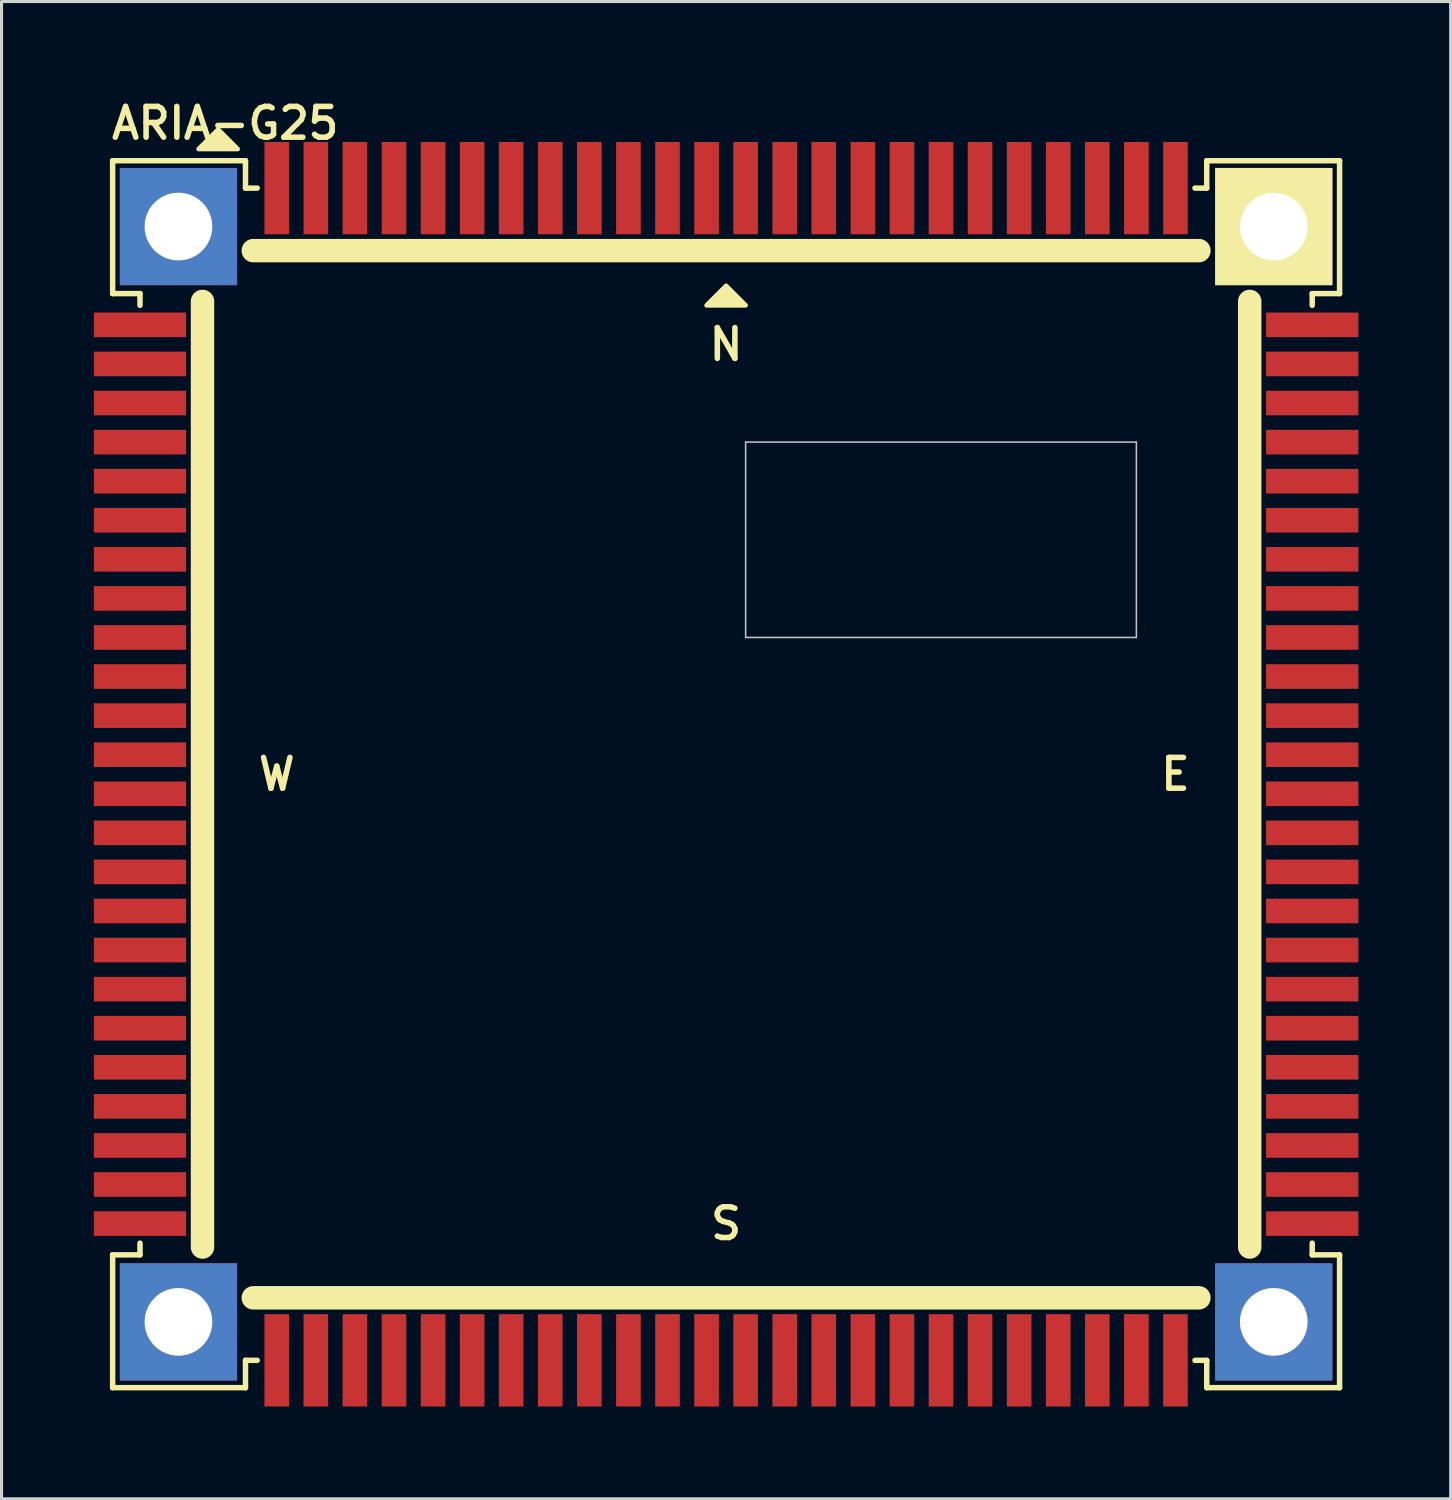
<source format=kicad_pcb>
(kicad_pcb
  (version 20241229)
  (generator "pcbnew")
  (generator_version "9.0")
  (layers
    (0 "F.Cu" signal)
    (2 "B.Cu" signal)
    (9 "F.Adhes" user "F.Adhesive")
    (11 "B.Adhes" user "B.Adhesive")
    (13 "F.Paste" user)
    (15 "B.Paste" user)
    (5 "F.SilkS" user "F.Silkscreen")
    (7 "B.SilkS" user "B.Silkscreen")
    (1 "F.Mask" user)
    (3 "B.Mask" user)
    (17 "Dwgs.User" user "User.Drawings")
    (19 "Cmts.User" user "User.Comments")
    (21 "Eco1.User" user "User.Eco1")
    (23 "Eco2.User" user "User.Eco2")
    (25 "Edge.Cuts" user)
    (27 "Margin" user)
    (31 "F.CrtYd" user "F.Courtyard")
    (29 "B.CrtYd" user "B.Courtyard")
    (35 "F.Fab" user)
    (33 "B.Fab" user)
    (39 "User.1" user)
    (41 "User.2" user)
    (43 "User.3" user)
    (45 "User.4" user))
  (footprint "ARIA-G25"
    (layer "F.Cu")
    (at 20.55 22.114)
    (property "Reference" "ARIA-G25" (at -20.066 -20.574 0) (layer "F.SilkS") (effects (font (size 1 1) (thickness 0.18)) (justify left bottom)))
    (attr through_hole)
    (fp_line (start -19.939 -19.939) (end -15.621 -19.939) (stroke (width 0.178) (type solid)) (layer "F.SilkS"))
    (fp_line (start -19.939 -15.621) (end -19.939 -19.939) (stroke (width 0.178) (type solid)) (layer "F.SilkS"))
    (fp_line (start -19.939 -15.621) (end -19.05 -15.621) (stroke (width 0.178) (type solid)) (layer "F.SilkS"))
    (fp_line (start -19.939 15.621) (end -19.05 15.621) (stroke (width 0.178) (type solid)) (layer "F.SilkS"))
    (fp_line (start -19.939 19.939) (end -19.939 15.621) (stroke (width 0.178) (type solid)) (layer "F.SilkS"))
    (fp_line (start -19.05 -15.621) (end -19.05 -15.24) (stroke (width 0.178) (type solid)) (layer "F.SilkS"))
    (fp_line (start -19.05 15.621) (end -19.05 15.24) (stroke (width 0.178) (type solid)) (layer "F.SilkS"))
    (fp_line (start -17.018 15.367) (end -17.018 -15.367) (stroke (width 0.762) (type solid)) (layer "F.SilkS"))
    (fp_line (start -15.621 -19.939) (end -15.621 -19.05) (stroke (width 0.178) (type solid)) (layer "F.SilkS"))
    (fp_line (start -15.621 -19.05) (end -15.24 -19.05) (stroke (width 0.178) (type solid)) (layer "F.SilkS"))
    (fp_line (start -15.621 19.05) (end -15.24 19.05) (stroke (width 0.178) (type solid)) (layer "F.SilkS"))
    (fp_line (start -15.621 19.939) (end -19.939 19.939) (stroke (width 0.178) (type solid)) (layer "F.SilkS"))
    (fp_line (start -15.621 19.939) (end -15.621 19.05) (stroke (width 0.178) (type solid)) (layer "F.SilkS"))
    (fp_line (start -15.367 -17.018) (end 15.367 -17.018) (stroke (width 0.762) (type solid)) (layer "F.SilkS"))
    (fp_line (start 15.367 17.018) (end -15.367 17.018) (stroke (width 0.762) (type solid)) (layer "F.SilkS"))
    (fp_line (start 15.621 -19.939) (end 15.621 -19.05) (stroke (width 0.178) (type solid)) (layer "F.SilkS"))
    (fp_line (start 15.621 -19.939) (end 19.939 -19.939) (stroke (width 0.178) (type solid)) (layer "F.SilkS"))
    (fp_line (start 15.621 -19.05) (end 15.24 -19.05) (stroke (width 0.178) (type solid)) (layer "F.SilkS"))
    (fp_line (start 15.621 19.05) (end 15.24 19.05) (stroke (width 0.178) (type solid)) (layer "F.SilkS"))
    (fp_line (start 15.621 19.939) (end 15.621 19.05) (stroke (width 0.178) (type solid)) (layer "F.SilkS"))
    (fp_line (start 17.018 -15.367) (end 17.018 15.367) (stroke (width 0.762) (type solid)) (layer "F.SilkS"))
    (fp_line (start 19.05 -15.621) (end 19.05 -15.24) (stroke (width 0.178) (type solid)) (layer "F.SilkS"))
    (fp_line (start 19.05 15.621) (end 19.05 15.24) (stroke (width 0.178) (type solid)) (layer "F.SilkS"))
    (fp_line (start 19.939 -19.939) (end 19.939 -15.621) (stroke (width 0.178) (type solid)) (layer "F.SilkS"))
    (fp_line (start 19.939 -15.621) (end 19.05 -15.621) (stroke (width 0.178) (type solid)) (layer "F.SilkS"))
    (fp_line (start 19.939 15.621) (end 19.05 15.621) (stroke (width 0.178) (type solid)) (layer "F.SilkS"))
    (fp_line (start 19.939 15.621) (end 19.939 19.939) (stroke (width 0.178) (type solid)) (layer "F.SilkS"))
    (fp_line (start 19.939 19.939) (end 15.621 19.939) (stroke (width 0.178) (type solid)) (layer "F.SilkS"))
    (fp_poly (pts (xy -17.145 -20.32) (xy -15.875 -20.32) (xy -16.51 -20.955)) (stroke (width 0.15) (type solid)) (fill yes) (layer "F.SilkS"))
    (fp_poly (pts (xy -0.635 -15.24) (xy 0.635 -15.24) (xy 0 -15.875)) (stroke (width 0.15) (type solid)) (fill yes) (layer "F.SilkS"))
    (fp_line (start 0.635 -10.795) (end 13.335 -10.795) (stroke (width 0.05) (type solid)) (layer "Dwgs.User"))
    (fp_line (start 0.635 -4.445) (end 0.635 -10.795) (stroke (width 0.05) (type solid)) (layer "Dwgs.User"))
    (fp_line (start 13.335 -10.795) (end 13.335 -4.445) (stroke (width 0.05) (type solid)) (layer "Dwgs.User"))
    (fp_line (start 13.335 -4.445) (end 0.635 -4.445) (stroke (width 0.05) (type solid)) (layer "Dwgs.User"))
    (fp_text user "S" (at 0 14.605 0) (layer "F.SilkS") (effects (font (size 1 1) (thickness 0.18))))
    (fp_text user "W" (at -14.605 0 0) (layer "F.SilkS") (effects (font (size 1 1) (thickness 0.18))))
    (fp_text user "E" (at 14.605 0 0) (layer "F.SilkS") (effects (font (size 1 1) (thickness 0.18))))
    (fp_text user "N" (at 0 -13.97 0) (layer "F.SilkS") (effects (font (size 1 1) (thickness 0.18))))
    (pad "E1" smd rect (at 19.05 -14.605) (size 3 0.8) (layers "F.Cu" "F.Mask" "F.Paste"))
    (pad "E2" smd rect (at 19.05 -13.335) (size 3 0.8) (layers "F.Cu" "F.Mask" "F.Paste"))
    (pad "E3" smd rect (at 19.05 -12.065) (size 3 0.8) (layers "F.Cu" "F.Mask" "F.Paste"))
    (pad "E4" smd rect (at 19.05 -10.795) (size 3 0.8) (layers "F.Cu" "F.Mask" "F.Paste"))
    (pad "E5" smd rect (at 19.05 -9.525) (size 3 0.8) (layers "F.Cu" "F.Mask" "F.Paste"))
    (pad "E6" smd rect (at 19.05 -8.255) (size 3 0.8) (layers "F.Cu" "F.Mask" "F.Paste"))
    (pad "E7" smd rect (at 19.05 -6.985) (size 3 0.8) (layers "F.Cu" "F.Mask" "F.Paste"))
    (pad "E8" smd rect (at 19.05 -5.715) (size 3 0.8) (layers "F.Cu" "F.Mask" "F.Paste"))
    (pad "E9" smd rect (at 19.05 -4.445) (size 3 0.8) (layers "F.Cu" "F.Mask" "F.Paste"))
    (pad "E10" smd rect (at 19.05 -3.175) (size 3 0.8) (layers "F.Cu" "F.Mask" "F.Paste"))
    (pad "E11" smd rect (at 19.05 -1.905) (size 3 0.8) (layers "F.Cu" "F.Mask" "F.Paste"))
    (pad "E12" smd rect (at 19.05 -0.635) (size 3 0.8) (layers "F.Cu" "F.Mask" "F.Paste"))
    (pad "E13" smd rect (at 19.05 0.635) (size 3 0.8) (layers "F.Cu" "F.Mask" "F.Paste"))
    (pad "E14" smd rect (at 19.05 1.905) (size 3 0.8) (layers "F.Cu" "F.Mask" "F.Paste"))
    (pad "E15" smd rect (at 19.05 3.175) (size 3 0.8) (layers "F.Cu" "F.Mask" "F.Paste"))
    (pad "E16" smd rect (at 19.05 4.445) (size 3 0.8) (layers "F.Cu" "F.Mask" "F.Paste"))
    (pad "E17" smd rect (at 19.05 5.715) (size 3 0.8) (layers "F.Cu" "F.Mask" "F.Paste"))
    (pad "E18" smd rect (at 19.05 6.985) (size 3 0.8) (layers "F.Cu" "F.Mask" "F.Paste"))
    (pad "E19" smd rect (at 19.05 8.255) (size 3 0.8) (layers "F.Cu" "F.Mask" "F.Paste"))
    (pad "E20" smd rect (at 19.05 9.525) (size 3 0.8) (layers "F.Cu" "F.Mask" "F.Paste"))
    (pad "E21" smd rect (at 19.05 10.795) (size 3 0.8) (layers "F.Cu" "F.Mask" "F.Paste"))
    (pad "E22" smd rect (at 19.05 12.065) (size 3 0.8) (layers "F.Cu" "F.Mask" "F.Paste"))
    (pad "E23" smd rect (at 19.05 13.335) (size 3 0.8) (layers "F.Cu" "F.Mask" "F.Paste"))
    (pad "E24" smd rect (at 19.05 14.605) (size 3 0.8) (layers "F.Cu" "F.Mask" "F.Paste"))
    (pad "GND" thru_hole rect (at -17.8 -17.8) (size 3.81 3.81) (drill 2.2) (layers "*.Cu" "*.Mask"))
    (pad "GND" thru_hole rect (at -17.8 17.8) (size 3.81 3.81) (drill 2.2) (layers "*.Cu" "*.Mask"))
    (pad "GND" thru_hole rect (at 17.8 -17.8) (size 3.81 3.81) (drill 2.2) (layers "*.Cu" "*.Mask" "F.SilkS"))
    (pad "GND" thru_hole rect (at 17.8 17.8) (size 3.81 3.81) (drill 2.2) (layers "*.Cu" "*.Mask"))
    (pad "N1" smd rect (at -14.605 -19.05 270) (size 3 0.8) (layers "F.Cu" "F.Mask" "F.Paste"))
    (pad "N2" smd rect (at -13.335 -19.05 270) (size 3 0.8) (layers "F.Cu" "F.Mask" "F.Paste"))
    (pad "N3" smd rect (at -12.065 -19.05 270) (size 3 0.8) (layers "F.Cu" "F.Mask" "F.Paste"))
    (pad "N4" smd rect (at -10.795 -19.05 270) (size 3 0.8) (layers "F.Cu" "F.Mask" "F.Paste"))
    (pad "N5" smd rect (at -9.525 -19.05 270) (size 3 0.8) (layers "F.Cu" "F.Mask" "F.Paste"))
    (pad "N6" smd rect (at -8.255 -19.05 270) (size 3 0.8) (layers "F.Cu" "F.Mask" "F.Paste"))
    (pad "N7" smd rect (at -6.985 -19.05 270) (size 3 0.8) (layers "F.Cu" "F.Mask" "F.Paste"))
    (pad "N8" smd rect (at -5.715 -19.05 270) (size 3 0.8) (layers "F.Cu" "F.Mask" "F.Paste"))
    (pad "N9" smd rect (at -4.445 -19.05 270) (size 3 0.8) (layers "F.Cu" "F.Mask" "F.Paste"))
    (pad "N10" smd rect (at -3.175 -19.05 270) (size 3 0.8) (layers "F.Cu" "F.Mask" "F.Paste"))
    (pad "N11" smd rect (at -1.905 -19.05 270) (size 3 0.8) (layers "F.Cu" "F.Mask" "F.Paste"))
    (pad "N12" smd rect (at -0.635 -19.05 270) (size 3 0.8) (layers "F.Cu" "F.Mask" "F.Paste"))
    (pad "N13" smd rect (at 0.635 -19.05 270) (size 3 0.8) (layers "F.Cu" "F.Mask" "F.Paste"))
    (pad "N14" smd rect (at 1.905 -19.05 270) (size 3 0.8) (layers "F.Cu" "F.Mask" "F.Paste"))
    (pad "N15" smd rect (at 3.175 -19.05 270) (size 3 0.8) (layers "F.Cu" "F.Mask" "F.Paste"))
    (pad "N16" smd rect (at 4.445 -19.05 270) (size 3 0.8) (layers "F.Cu" "F.Mask" "F.Paste"))
    (pad "N17" smd rect (at 5.715 -19.05 270) (size 3 0.8) (layers "F.Cu" "F.Mask" "F.Paste"))
    (pad "N18" smd rect (at 6.985 -19.05 270) (size 3 0.8) (layers "F.Cu" "F.Mask" "F.Paste"))
    (pad "N19" smd rect (at 8.255 -19.05 270) (size 3 0.8) (layers "F.Cu" "F.Mask" "F.Paste"))
    (pad "N20" smd rect (at 9.525 -19.05 270) (size 3 0.8) (layers "F.Cu" "F.Mask" "F.Paste"))
    (pad "N21" smd rect (at 10.795 -19.05 270) (size 3 0.8) (layers "F.Cu" "F.Mask" "F.Paste"))
    (pad "N22" smd rect (at 12.065 -19.05 270) (size 3 0.8) (layers "F.Cu" "F.Mask" "F.Paste"))
    (pad "N23" smd rect (at 13.335 -19.05 270) (size 3 0.8) (layers "F.Cu" "F.Mask" "F.Paste"))
    (pad "N24" smd rect (at 14.605 -19.05 270) (size 3 0.8) (layers "F.Cu" "F.Mask" "F.Paste"))
    (pad "S1" smd rect (at 14.605 19.05 270) (size 3 0.8) (layers "F.Cu" "F.Mask" "F.Paste"))
    (pad "S2" smd rect (at 13.335 19.05 270) (size 3 0.8) (layers "F.Cu" "F.Mask" "F.Paste"))
    (pad "S3" smd rect (at 12.065 19.05 270) (size 3 0.8) (layers "F.Cu" "F.Mask" "F.Paste"))
    (pad "S4" smd rect (at 10.795 19.05 270) (size 3 0.8) (layers "F.Cu" "F.Mask" "F.Paste"))
    (pad "S5" smd rect (at 9.525 19.05 270) (size 3 0.8) (layers "F.Cu" "F.Mask" "F.Paste"))
    (pad "S6" smd rect (at 8.255 19.05 270) (size 3 0.8) (layers "F.Cu" "F.Mask" "F.Paste"))
    (pad "S7" smd rect (at 6.985 19.05 270) (size 3 0.8) (layers "F.Cu" "F.Mask" "F.Paste"))
    (pad "S8" smd rect (at 5.715 19.05 270) (size 3 0.8) (layers "F.Cu" "F.Mask" "F.Paste"))
    (pad "S9" smd rect (at 4.445 19.05 270) (size 3 0.8) (layers "F.Cu" "F.Mask" "F.Paste"))
    (pad "S10" smd rect (at 3.175 19.05 270) (size 3 0.8) (layers "F.Cu" "F.Mask" "F.Paste"))
    (pad "S11" smd rect (at 1.905 19.05 270) (size 3 0.8) (layers "F.Cu" "F.Mask" "F.Paste"))
    (pad "S12" smd rect (at 0.635 19.05 270) (size 3 0.8) (layers "F.Cu" "F.Mask" "F.Paste"))
    (pad "S13" smd rect (at -0.635 19.05 270) (size 3 0.8) (layers "F.Cu" "F.Mask" "F.Paste"))
    (pad "S14" smd rect (at -1.905 19.05 270) (size 3 0.8) (layers "F.Cu" "F.Mask" "F.Paste"))
    (pad "S15" smd rect (at -3.175 19.05 270) (size 3 0.8) (layers "F.Cu" "F.Mask" "F.Paste"))
    (pad "S16" smd rect (at -4.445 19.05 270) (size 3 0.8) (layers "F.Cu" "F.Mask" "F.Paste"))
    (pad "S17" smd rect (at -5.715 19.05 270) (size 3 0.8) (layers "F.Cu" "F.Mask" "F.Paste"))
    (pad "S18" smd rect (at -6.985 19.05 270) (size 3 0.8) (layers "F.Cu" "F.Mask" "F.Paste"))
    (pad "S19" smd rect (at -8.255 19.05 270) (size 3 0.8) (layers "F.Cu" "F.Mask" "F.Paste"))
    (pad "S20" smd rect (at -9.525 19.05 270) (size 3 0.8) (layers "F.Cu" "F.Mask" "F.Paste"))
    (pad "S21" smd rect (at -10.795 19.05 270) (size 3 0.8) (layers "F.Cu" "F.Mask" "F.Paste"))
    (pad "S22" smd rect (at -12.065 19.05 270) (size 3 0.8) (layers "F.Cu" "F.Mask" "F.Paste"))
    (pad "S23" smd rect (at -13.335 19.05 270) (size 3 0.8) (layers "F.Cu" "F.Mask" "F.Paste"))
    (pad "S24" smd rect (at -14.605 19.05 270) (size 3 0.8) (layers "F.Cu" "F.Mask" "F.Paste"))
    (pad "W1" smd rect (at -19.05 14.605) (size 3 0.8) (layers "F.Cu" "F.Mask" "F.Paste"))
    (pad "W2" smd rect (at -19.05 13.335) (size 3 0.8) (layers "F.Cu" "F.Mask" "F.Paste"))
    (pad "W3" smd rect (at -19.05 12.065) (size 3 0.8) (layers "F.Cu" "F.Mask" "F.Paste"))
    (pad "W4" smd rect (at -19.05 10.795) (size 3 0.8) (layers "F.Cu" "F.Mask" "F.Paste"))
    (pad "W5" smd rect (at -19.05 9.525) (size 3 0.8) (layers "F.Cu" "F.Mask" "F.Paste"))
    (pad "W6" smd rect (at -19.05 8.255) (size 3 0.8) (layers "F.Cu" "F.Mask" "F.Paste"))
    (pad "W7" smd rect (at -19.05 6.985) (size 3 0.8) (layers "F.Cu" "F.Mask" "F.Paste"))
    (pad "W8" smd rect (at -19.05 5.715) (size 3 0.8) (layers "F.Cu" "F.Mask" "F.Paste"))
    (pad "W9" smd rect (at -19.05 4.445) (size 3 0.8) (layers "F.Cu" "F.Mask" "F.Paste"))
    (pad "W10" smd rect (at -19.05 3.175) (size 3 0.8) (layers "F.Cu" "F.Mask" "F.Paste"))
    (pad "W11" smd rect (at -19.05 1.905) (size 3 0.8) (layers "F.Cu" "F.Mask" "F.Paste"))
    (pad "W12" smd rect (at -19.05 0.635) (size 3 0.8) (layers "F.Cu" "F.Mask" "F.Paste"))
    (pad "W13" smd rect (at -19.05 -0.635) (size 3 0.8) (layers "F.Cu" "F.Mask" "F.Paste"))
    (pad "W14" smd rect (at -19.05 -1.905) (size 3 0.8) (layers "F.Cu" "F.Mask" "F.Paste"))
    (pad "W15" smd rect (at -19.05 -3.175) (size 3 0.8) (layers "F.Cu" "F.Mask" "F.Paste"))
    (pad "W16" smd rect (at -19.05 -4.445) (size 3 0.8) (layers "F.Cu" "F.Mask" "F.Paste"))
    (pad "W17" smd rect (at -19.05 -5.715) (size 3 0.8) (layers "F.Cu" "F.Mask" "F.Paste"))
    (pad "W18" smd rect (at -19.05 -6.985) (size 3 0.8) (layers "F.Cu" "F.Mask" "F.Paste"))
    (pad "W19" smd rect (at -19.05 -8.255) (size 3 0.8) (layers "F.Cu" "F.Mask" "F.Paste"))
    (pad "W20" smd rect (at -19.05 -9.525) (size 3 0.8) (layers "F.Cu" "F.Mask" "F.Paste"))
    (pad "W21" smd rect (at -19.05 -10.795) (size 3 0.8) (layers "F.Cu" "F.Mask" "F.Paste"))
    (pad "W22" smd rect (at -19.05 -12.065) (size 3 0.8) (layers "F.Cu" "F.Mask" "F.Paste"))
    (pad "W23" smd rect (at -19.05 -13.335) (size 3 0.8) (layers "F.Cu" "F.Mask" "F.Paste"))
    (pad "W24" smd rect (at -19.05 -14.605) (size 3 0.8) (layers "F.Cu" "F.Mask" "F.Paste")))
  (gr_rect
    (start -3 -3)
    (end 44.1 45.664)
    (stroke (width 0.1) (type default))
    (fill no)
    (layer "Edge.Cuts")))
</source>
